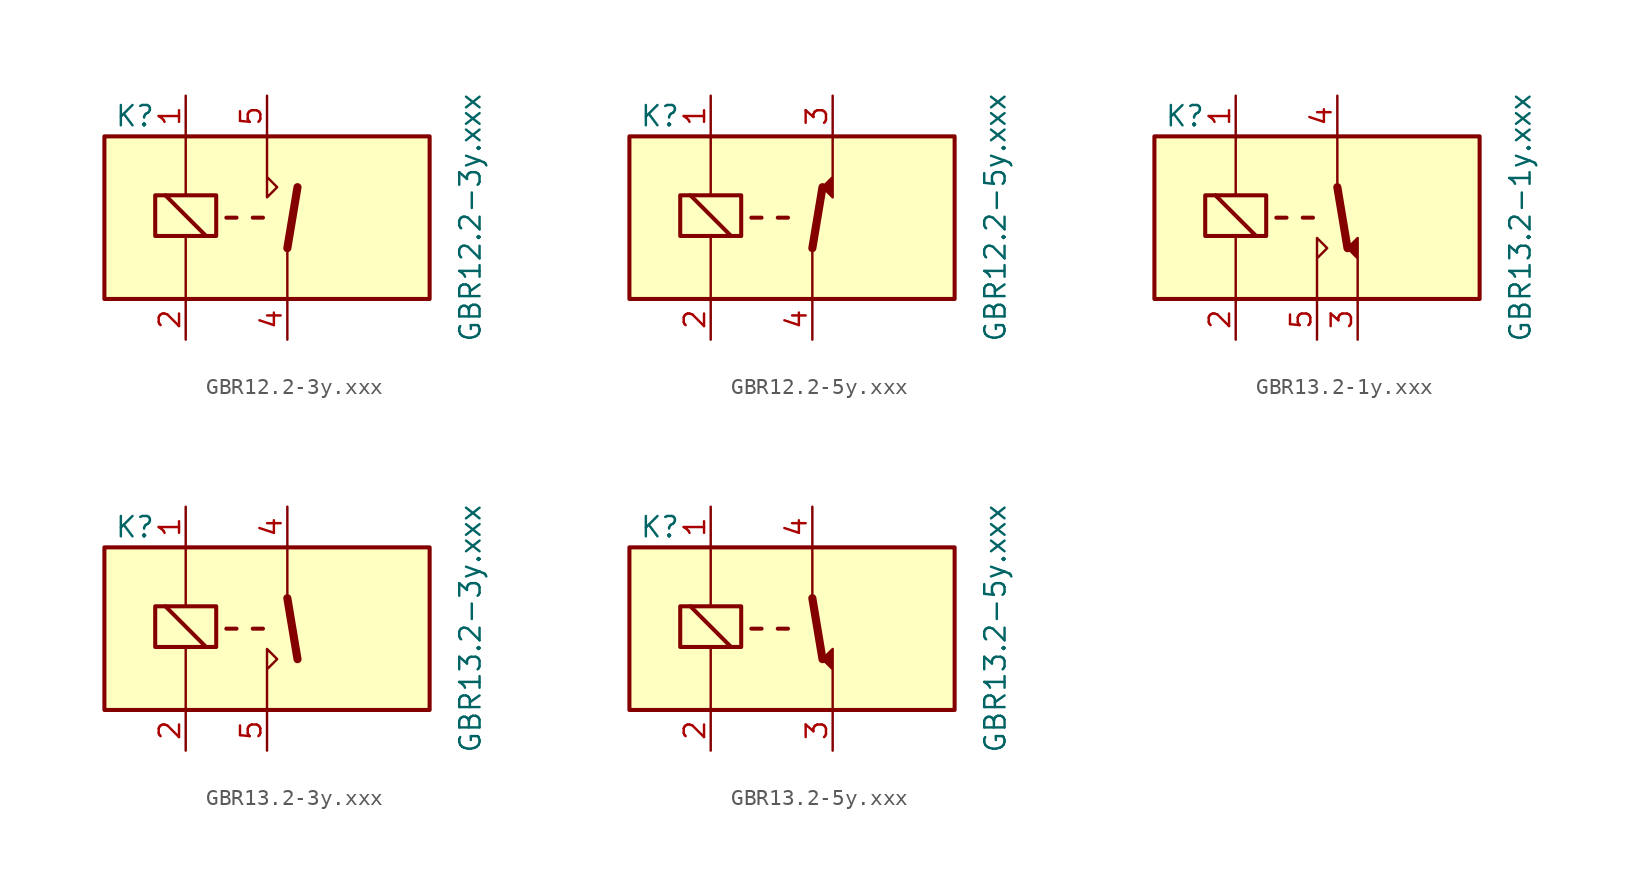
<source format=kicad_sym>
(kicad_symbol_lib
  (version 20211014)
  (generator kicad_symbol_editor)
  (symbol "GBR12.2-3y.xxx"
    (property "Reference" "K"
      (at -9.525 6.35 0)
      (effects (font (size 1.27 1.27))))
    (property "Value" "GBR12.2-3y.xxx"
      (at 11.43 0 90)
      (effects (font (size 1.27 1.27))))
    (symbol "GBR12.2-3y.xxx_1_1"
      (rectangle (start -11.43 5.08) (end 8.89 -5.08) (stroke (width 0.254) (type default) (color 0 0 0 0)) (fill (type background)))
      (rectangle (start -8.255 -1.143) (end -4.445 1.397) (stroke (width 0.254) (type default) (color 0 0 0 0)) (fill (type none)))
      (polyline (pts (xy -6.35 -1.27) (xy -6.35 -4.953)) (stroke (width 0) (type default) (color 0 0 0 0)) (fill (type none)))
      (polyline (pts (xy -6.35 5.08) (xy -6.35 1.397)) (stroke (width 0) (type default) (color 0 0 0 0)) (fill (type none)))
      (polyline (pts (xy -5.08 -1.143) (xy -7.62 1.397)) (stroke (width 0.254) (type default) (color 0 0 0 0)) (fill (type none)))
      (polyline (pts (xy -3.175 0) (xy -3.81 0)) (stroke (width 0.254) (type default) (color 0 0 0 0)) (fill (type none)))
      (polyline (pts (xy -1.524 0) (xy -2.159 0)) (stroke (width 0.254) (type default) (color 0 0 0 0)) (fill (type none)))
      (polyline (pts (xy 0 -1.905) (xy 0 -5.08)) (stroke (width 0) (type default) (color 0 0 0 0)) (fill (type none)))
      (polyline (pts (xy 0 -1.905) (xy 0.635 1.905)) (stroke (width 0.508) (type default) (color 0 0 0 0)) (fill (type none)))
      (polyline (pts (xy -1.27 5.08) (xy -1.27 1.27) (xy -0.635 1.905) (xy -1.27 2.54)) (stroke (width 0) (type default) (color 0 0 0 0)) (fill (type none)))
      (pin passive line (at -6.35 7.62 270) (length 2.54) (name "~" (effects (font (size 1.27 1.27)))) (number "1" (effects (font (size 1.27 1.27)))))
      (pin passive line (at -6.35 -7.62 90) (length 2.54) (name "~" (effects (font (size 1.27 1.27)))) (number "2" (effects (font (size 1.27 1.27)))))
      (pin passive line (at 0 -7.62 90) (length 2.54) (name "~" (effects (font (size 1.27 1.27)))) (number "4" (effects (font (size 1.27 1.27)))))
      (pin passive line (at -1.27 7.62 270) (length 2.54) (name "~" (effects (font (size 1.27 1.27)))) (number "5" (effects (font (size 1.27 1.27)))))))
  (symbol "GBR12.2-5y.xxx"
    (property "Reference" "K"
      (at -9.525 6.35 0)
      (effects (font (size 1.27 1.27))))
    (property "Value" "GBR12.2-5y.xxx"
      (at 11.43 0 90)
      (effects (font (size 1.27 1.27))))
    (symbol "GBR12.2-5y.xxx_1_1"
      (rectangle (start -11.43 5.08) (end 8.89 -5.08) (stroke (width 0.254) (type default) (color 0 0 0 0)) (fill (type background)))
      (rectangle (start -8.255 -1.143) (end -4.445 1.397) (stroke (width 0.254) (type default) (color 0 0 0 0)) (fill (type none)))
      (polyline (pts (xy -6.35 -1.27) (xy -6.35 -4.953)) (stroke (width 0) (type default) (color 0 0 0 0)) (fill (type none)))
      (polyline (pts (xy -6.35 5.08) (xy -6.35 1.397)) (stroke (width 0) (type default) (color 0 0 0 0)) (fill (type none)))
      (polyline (pts (xy -5.08 -1.143) (xy -7.62 1.397)) (stroke (width 0.254) (type default) (color 0 0 0 0)) (fill (type none)))
      (polyline (pts (xy -3.175 0) (xy -3.81 0)) (stroke (width 0.254) (type default) (color 0 0 0 0)) (fill (type none)))
      (polyline (pts (xy -1.524 0) (xy -2.159 0)) (stroke (width 0.254) (type default) (color 0 0 0 0)) (fill (type none)))
      (polyline (pts (xy 0 -1.905) (xy 0 -5.08)) (stroke (width 0) (type default) (color 0 0 0 0)) (fill (type none)))
      (polyline (pts (xy 0 -1.905) (xy 0.635 1.905)) (stroke (width 0.508) (type default) (color 0 0 0 0)) (fill (type none)))
      (polyline (pts (xy 1.27 5.08) (xy 1.27 1.27) (xy 0.635 1.905) (xy 1.27 2.54)) (stroke (width 0) (type default) (color 0 0 0 0)) (fill (type outline)))
      (pin passive line (at -6.35 7.62 270) (length 2.54) (name "~" (effects (font (size 1.27 1.27)))) (number "1" (effects (font (size 1.27 1.27)))))
      (pin passive line (at -6.35 -7.62 90) (length 2.54) (name "~" (effects (font (size 1.27 1.27)))) (number "2" (effects (font (size 1.27 1.27)))))
      (pin passive line (at 1.27 7.62 270) (length 2.54) (name "~" (effects (font (size 1.27 1.27)))) (number "3" (effects (font (size 1.27 1.27)))))
      (pin passive line (at 0 -7.62 90) (length 2.54) (name "~" (effects (font (size 1.27 1.27)))) (number "4" (effects (font (size 1.27 1.27)))))))
  (symbol "GBR13.2-1y.xxx"
    (property "Reference" "K"
      (at -9.525 6.35 0)
      (effects (font (size 1.27 1.27))))
    (property "Value" "GBR13.2-1y.xxx"
      (at 11.43 0 90)
      (effects (font (size 1.27 1.27))))
    (symbol "GBR13.2-1y.xxx_1_1"
      (rectangle (start -11.43 5.08) (end 8.89 -5.08) (stroke (width 0.254) (type default) (color 0 0 0 0)) (fill (type background)))
      (rectangle (start -8.255 -1.143) (end -4.445 1.397) (stroke (width 0.254) (type default) (color 0 0 0 0)) (fill (type none)))
      (polyline (pts (xy -6.35 -1.27) (xy -6.35 -4.953)) (stroke (width 0) (type default) (color 0 0 0 0)) (fill (type none)))
      (polyline (pts (xy -6.35 5.08) (xy -6.35 1.397)) (stroke (width 0) (type default) (color 0 0 0 0)) (fill (type none)))
      (polyline (pts (xy -5.08 -1.143) (xy -7.62 1.397)) (stroke (width 0.254) (type default) (color 0 0 0 0)) (fill (type none)))
      (polyline (pts (xy -3.175 0) (xy -3.81 0)) (stroke (width 0.254) (type default) (color 0 0 0 0)) (fill (type none)))
      (polyline (pts (xy -1.524 0) (xy -2.159 0)) (stroke (width 0.254) (type default) (color 0 0 0 0)) (fill (type none)))
      (polyline (pts (xy 0 1.905) (xy 0 5.08)) (stroke (width 0) (type default) (color 0 0 0 0)) (fill (type none)))
      (polyline (pts (xy 0 1.905) (xy 0.635 -1.905)) (stroke (width 0.508) (type default) (color 0 0 0 0)) (fill (type none)))
      (polyline (pts (xy -1.27 -5.08) (xy -1.27 -1.27) (xy -0.635 -1.905) (xy -1.27 -2.54)) (stroke (width 0) (type default) (color 0 0 0 0)) (fill (type none)))
      (polyline (pts (xy 1.27 -5.08) (xy 1.27 -1.27) (xy 0.635 -1.905) (xy 1.27 -2.54)) (stroke (width 0) (type default) (color 0 0 0 0)) (fill (type outline)))
      (pin passive line (at -6.35 7.62 270) (length 2.54) (name "~" (effects (font (size 1.27 1.27)))) (number "1" (effects (font (size 1.27 1.27)))))
      (pin passive line (at -6.35 -7.62 90) (length 2.54) (name "~" (effects (font (size 1.27 1.27)))) (number "2" (effects (font (size 1.27 1.27)))))
      (pin passive line (at 1.27 -7.62 90) (length 2.54) (name "~" (effects (font (size 1.27 1.27)))) (number "3" (effects (font (size 1.27 1.27)))))
      (pin passive line (at 0 7.62 270) (length 2.54) (name "~" (effects (font (size 1.27 1.27)))) (number "4" (effects (font (size 1.27 1.27)))))
      (pin passive line (at -1.27 -7.62 90) (length 2.54) (name "~" (effects (font (size 1.27 1.27)))) (number "5" (effects (font (size 1.27 1.27)))))))
  (symbol "GBR13.2-3y.xxx"
    (property "Reference" "K"
      (at -9.525 6.35 0)
      (effects (font (size 1.27 1.27))))
    (property "Value" "GBR13.2-3y.xxx"
      (at 11.43 0 90)
      (effects (font (size 1.27 1.27))))
    (symbol "GBR13.2-3y.xxx_1_1"
      (rectangle (start -11.43 5.08) (end 8.89 -5.08) (stroke (width 0.254) (type default) (color 0 0 0 0)) (fill (type background)))
      (rectangle (start -8.255 -1.143) (end -4.445 1.397) (stroke (width 0.254) (type default) (color 0 0 0 0)) (fill (type none)))
      (polyline (pts (xy -6.35 -1.27) (xy -6.35 -4.953)) (stroke (width 0) (type default) (color 0 0 0 0)) (fill (type none)))
      (polyline (pts (xy -6.35 5.08) (xy -6.35 1.397)) (stroke (width 0) (type default) (color 0 0 0 0)) (fill (type none)))
      (polyline (pts (xy -5.08 -1.143) (xy -7.62 1.397)) (stroke (width 0.254) (type default) (color 0 0 0 0)) (fill (type none)))
      (polyline (pts (xy -3.175 0) (xy -3.81 0)) (stroke (width 0.254) (type default) (color 0 0 0 0)) (fill (type none)))
      (polyline (pts (xy -1.524 0) (xy -2.159 0)) (stroke (width 0.254) (type default) (color 0 0 0 0)) (fill (type none)))
      (polyline (pts (xy 0 1.905) (xy 0 5.08)) (stroke (width 0) (type default) (color 0 0 0 0)) (fill (type none)))
      (polyline (pts (xy 0 1.905) (xy 0.635 -1.905)) (stroke (width 0.508) (type default) (color 0 0 0 0)) (fill (type none)))
      (polyline (pts (xy -1.27 -5.08) (xy -1.27 -1.27) (xy -0.635 -1.905) (xy -1.27 -2.54)) (stroke (width 0) (type default) (color 0 0 0 0)) (fill (type none)))
      (pin passive line (at -6.35 7.62 270) (length 2.54) (name "~" (effects (font (size 1.27 1.27)))) (number "1" (effects (font (size 1.27 1.27)))))
      (pin passive line (at -6.35 -7.62 90) (length 2.54) (name "~" (effects (font (size 1.27 1.27)))) (number "2" (effects (font (size 1.27 1.27)))))
      (pin passive line (at 0 7.62 270) (length 2.54) (name "~" (effects (font (size 1.27 1.27)))) (number "4" (effects (font (size 1.27 1.27)))))
      (pin passive line (at -1.27 -7.62 90) (length 2.54) (name "~" (effects (font (size 1.27 1.27)))) (number "5" (effects (font (size 1.27 1.27)))))))
  (symbol "GBR13.2-5y.xxx"
    (property "Reference" "K"
      (at -9.525 6.35 0)
      (effects (font (size 1.27 1.27))))
    (property "Value" "GBR13.2-5y.xxx"
      (at 11.43 0 90)
      (effects (font (size 1.27 1.27))))
    (symbol "GBR13.2-5y.xxx_1_1"
      (rectangle (start -11.43 5.08) (end 8.89 -5.08) (stroke (width 0.254) (type default) (color 0 0 0 0)) (fill (type background)))
      (rectangle (start -8.255 -1.143) (end -4.445 1.397) (stroke (width 0.254) (type default) (color 0 0 0 0)) (fill (type none)))
      (polyline (pts (xy -6.35 -1.27) (xy -6.35 -4.953)) (stroke (width 0) (type default) (color 0 0 0 0)) (fill (type none)))
      (polyline (pts (xy -6.35 5.08) (xy -6.35 1.397)) (stroke (width 0) (type default) (color 0 0 0 0)) (fill (type none)))
      (polyline (pts (xy -5.08 -1.143) (xy -7.62 1.397)) (stroke (width 0.254) (type default) (color 0 0 0 0)) (fill (type none)))
      (polyline (pts (xy -3.175 0) (xy -3.81 0)) (stroke (width 0.254) (type default) (color 0 0 0 0)) (fill (type none)))
      (polyline (pts (xy -1.524 0) (xy -2.159 0)) (stroke (width 0.254) (type default) (color 0 0 0 0)) (fill (type none)))
      (polyline (pts (xy 0 1.905) (xy 0 5.08)) (stroke (width 0) (type default) (color 0 0 0 0)) (fill (type none)))
      (polyline (pts (xy 0 1.905) (xy 0.635 -1.905)) (stroke (width 0.508) (type default) (color 0 0 0 0)) (fill (type none)))
      (polyline (pts (xy 1.27 -5.08) (xy 1.27 -1.27) (xy 0.635 -1.905) (xy 1.27 -2.54)) (stroke (width 0) (type default) (color 0 0 0 0)) (fill (type outline)))
      (pin passive line (at -6.35 7.62 270) (length 2.54) (name "~" (effects (font (size 1.27 1.27)))) (number "1" (effects (font (size 1.27 1.27)))))
      (pin passive line (at -6.35 -7.62 90) (length 2.54) (name "~" (effects (font (size 1.27 1.27)))) (number "2" (effects (font (size 1.27 1.27)))))
      (pin passive line (at 1.27 -7.62 90) (length 2.54) (name "~" (effects (font (size 1.27 1.27)))) (number "3" (effects (font (size 1.27 1.27)))))
      (pin passive line (at 0 7.62 270) (length 2.54) (name "~" (effects (font (size 1.27 1.27)))) (number "4" (effects (font (size 1.27 1.27))))))))
</source>
